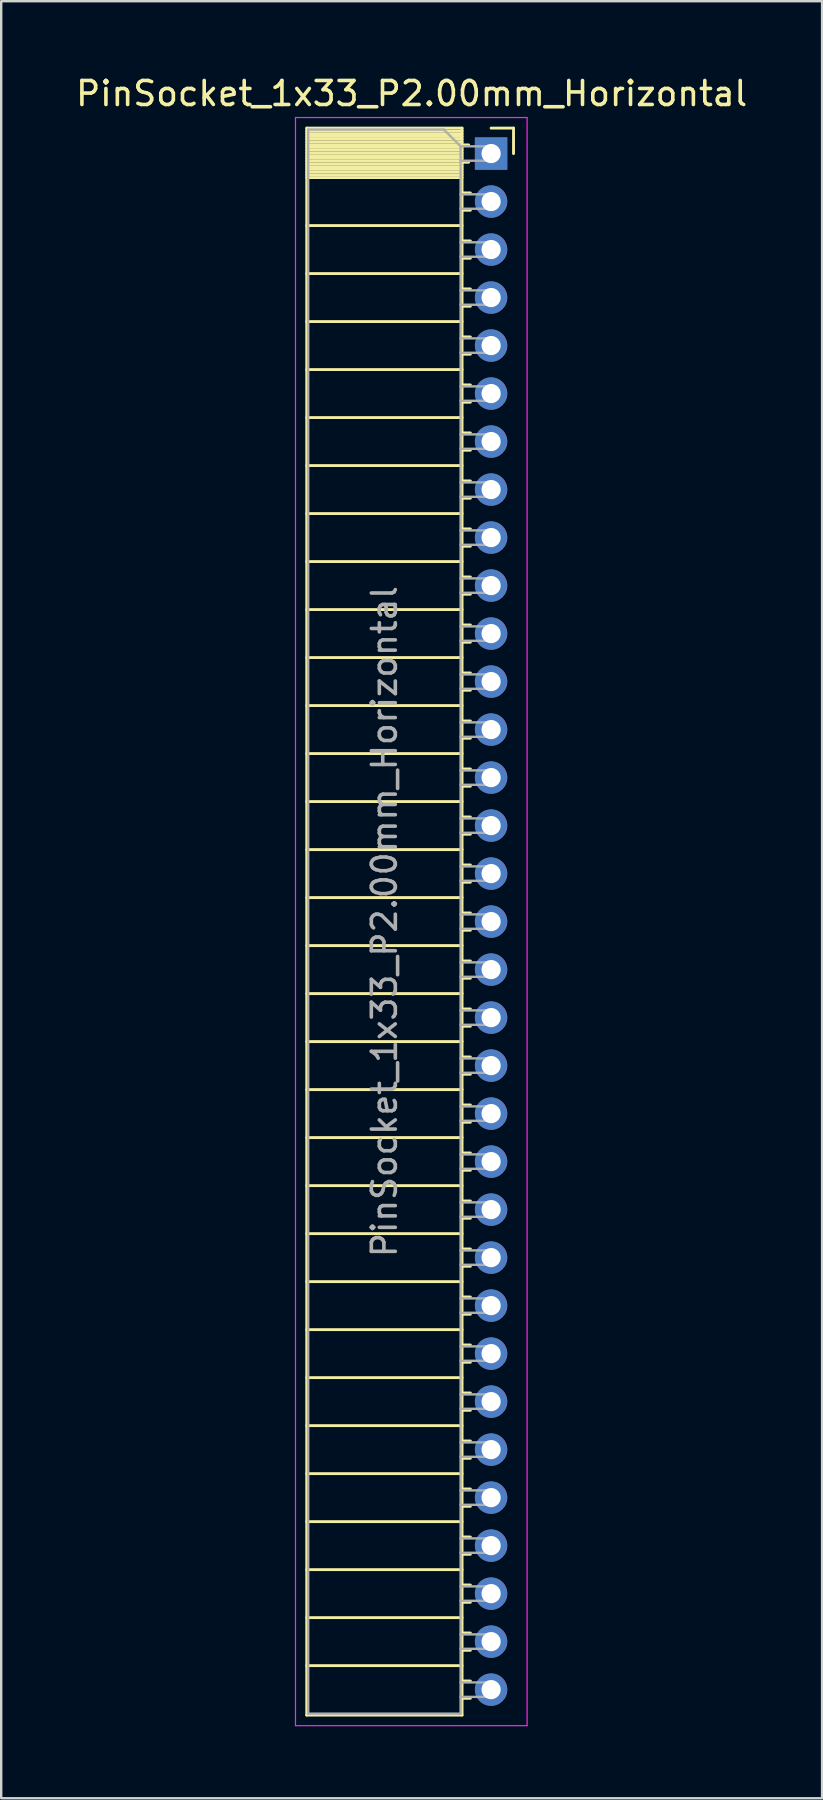
<source format=kicad_pcb>
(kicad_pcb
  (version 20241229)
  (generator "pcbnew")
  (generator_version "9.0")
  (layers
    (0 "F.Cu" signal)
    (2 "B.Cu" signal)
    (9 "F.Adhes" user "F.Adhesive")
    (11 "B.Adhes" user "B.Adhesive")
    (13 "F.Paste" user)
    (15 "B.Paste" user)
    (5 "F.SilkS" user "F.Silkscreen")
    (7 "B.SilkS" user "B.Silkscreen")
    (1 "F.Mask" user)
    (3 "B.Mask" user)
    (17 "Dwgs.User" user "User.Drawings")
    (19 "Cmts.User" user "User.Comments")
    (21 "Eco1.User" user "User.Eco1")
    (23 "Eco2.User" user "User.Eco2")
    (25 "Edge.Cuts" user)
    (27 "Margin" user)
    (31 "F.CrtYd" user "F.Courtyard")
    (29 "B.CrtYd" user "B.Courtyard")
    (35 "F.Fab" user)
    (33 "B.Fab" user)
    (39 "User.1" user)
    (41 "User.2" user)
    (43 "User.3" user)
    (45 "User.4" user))
  (footprint "PinSocket_1x33_P2.00mm_Horizontal"
    (layer "F.Cu")
    (at 17.411 3.348)
    (property "Reference" "PinSocket_1x33_P2.00mm_Horizontal" (at -3.31 -2.5 0) (layer "F.SilkS") (effects (font (size 1 1) (thickness 0.15))))
    (attr through_hole)
    (fp_line (start -7.68 -1.06) (end -7.68 65.06) (stroke (width 0.12) (type solid)) (layer "F.SilkS"))
    (fp_line (start -7.68 -1.06) (end -1.21 -1.06) (stroke (width 0.12) (type solid)) (layer "F.SilkS"))
    (fp_line (start -7.68 -0.94) (end -1.21 -0.94) (stroke (width 0.12) (type solid)) (layer "F.SilkS"))
    (fp_line (start -7.68 -0.826) (end -1.21 -0.826) (stroke (width 0.12) (type solid)) (layer "F.SilkS"))
    (fp_line (start -7.68 -0.712) (end -1.21 -0.712) (stroke (width 0.12) (type solid)) (layer "F.SilkS"))
    (fp_line (start -7.68 -0.598) (end -1.21 -0.598) (stroke (width 0.12) (type solid)) (layer "F.SilkS"))
    (fp_line (start -7.68 -0.484) (end -1.21 -0.484) (stroke (width 0.12) (type solid)) (layer "F.SilkS"))
    (fp_line (start -7.68 -0.369) (end -1.21 -0.369) (stroke (width 0.12) (type solid)) (layer "F.SilkS"))
    (fp_line (start -7.68 -0.255) (end -1.21 -0.255) (stroke (width 0.12) (type solid)) (layer "F.SilkS"))
    (fp_line (start -7.68 -0.141) (end -1.21 -0.141) (stroke (width 0.12) (type solid)) (layer "F.SilkS"))
    (fp_line (start -7.68 -0.027) (end -1.21 -0.027) (stroke (width 0.12) (type solid)) (layer "F.SilkS"))
    (fp_line (start -7.68 0.087) (end -1.21 0.087) (stroke (width 0.12) (type solid)) (layer "F.SilkS"))
    (fp_line (start -7.68 0.201) (end -1.21 0.201) (stroke (width 0.12) (type solid)) (layer "F.SilkS"))
    (fp_line (start -7.68 0.315) (end -1.21 0.315) (stroke (width 0.12) (type solid)) (layer "F.SilkS"))
    (fp_line (start -7.68 0.429) (end -1.21 0.429) (stroke (width 0.12) (type solid)) (layer "F.SilkS"))
    (fp_line (start -7.68 0.544) (end -1.21 0.544) (stroke (width 0.12) (type solid)) (layer "F.SilkS"))
    (fp_line (start -7.68 0.658) (end -1.21 0.658) (stroke (width 0.12) (type solid)) (layer "F.SilkS"))
    (fp_line (start -7.68 0.772) (end -1.21 0.772) (stroke (width 0.12) (type solid)) (layer "F.SilkS"))
    (fp_line (start -7.68 0.886) (end -1.21 0.886) (stroke (width 0.12) (type solid)) (layer "F.SilkS"))
    (fp_line (start -7.68 1) (end -1.21 1) (stroke (width 0.12) (type solid)) (layer "F.SilkS"))
    (fp_line (start -7.68 3) (end -1.21 3) (stroke (width 0.12) (type solid)) (layer "F.SilkS"))
    (fp_line (start -7.68 5) (end -1.21 5) (stroke (width 0.12) (type solid)) (layer "F.SilkS"))
    (fp_line (start -7.68 7) (end -1.21 7) (stroke (width 0.12) (type solid)) (layer "F.SilkS"))
    (fp_line (start -7.68 9) (end -1.21 9) (stroke (width 0.12) (type solid)) (layer "F.SilkS"))
    (fp_line (start -7.68 11) (end -1.21 11) (stroke (width 0.12) (type solid)) (layer "F.SilkS"))
    (fp_line (start -7.68 13) (end -1.21 13) (stroke (width 0.12) (type solid)) (layer "F.SilkS"))
    (fp_line (start -7.68 15) (end -1.21 15) (stroke (width 0.12) (type solid)) (layer "F.SilkS"))
    (fp_line (start -7.68 17) (end -1.21 17) (stroke (width 0.12) (type solid)) (layer "F.SilkS"))
    (fp_line (start -7.68 19) (end -1.21 19) (stroke (width 0.12) (type solid)) (layer "F.SilkS"))
    (fp_line (start -7.68 21) (end -1.21 21) (stroke (width 0.12) (type solid)) (layer "F.SilkS"))
    (fp_line (start -7.68 23) (end -1.21 23) (stroke (width 0.12) (type solid)) (layer "F.SilkS"))
    (fp_line (start -7.68 25) (end -1.21 25) (stroke (width 0.12) (type solid)) (layer "F.SilkS"))
    (fp_line (start -7.68 27) (end -1.21 27) (stroke (width 0.12) (type solid)) (layer "F.SilkS"))
    (fp_line (start -7.68 29) (end -1.21 29) (stroke (width 0.12) (type solid)) (layer "F.SilkS"))
    (fp_line (start -7.68 31) (end -1.21 31) (stroke (width 0.12) (type solid)) (layer "F.SilkS"))
    (fp_line (start -7.68 33) (end -1.21 33) (stroke (width 0.12) (type solid)) (layer "F.SilkS"))
    (fp_line (start -7.68 35) (end -1.21 35) (stroke (width 0.12) (type solid)) (layer "F.SilkS"))
    (fp_line (start -7.68 37) (end -1.21 37) (stroke (width 0.12) (type solid)) (layer "F.SilkS"))
    (fp_line (start -7.68 39) (end -1.21 39) (stroke (width 0.12) (type solid)) (layer "F.SilkS"))
    (fp_line (start -7.68 41) (end -1.21 41) (stroke (width 0.12) (type solid)) (layer "F.SilkS"))
    (fp_line (start -7.68 43) (end -1.21 43) (stroke (width 0.12) (type solid)) (layer "F.SilkS"))
    (fp_line (start -7.68 45) (end -1.21 45) (stroke (width 0.12) (type solid)) (layer "F.SilkS"))
    (fp_line (start -7.68 47) (end -1.21 47) (stroke (width 0.12) (type solid)) (layer "F.SilkS"))
    (fp_line (start -7.68 49) (end -1.21 49) (stroke (width 0.12) (type solid)) (layer "F.SilkS"))
    (fp_line (start -7.68 51) (end -1.21 51) (stroke (width 0.12) (type solid)) (layer "F.SilkS"))
    (fp_line (start -7.68 53) (end -1.21 53) (stroke (width 0.12) (type solid)) (layer "F.SilkS"))
    (fp_line (start -7.68 55) (end -1.21 55) (stroke (width 0.12) (type solid)) (layer "F.SilkS"))
    (fp_line (start -7.68 57) (end -1.21 57) (stroke (width 0.12) (type solid)) (layer "F.SilkS"))
    (fp_line (start -7.68 59) (end -1.21 59) (stroke (width 0.12) (type solid)) (layer "F.SilkS"))
    (fp_line (start -7.68 61) (end -1.21 61) (stroke (width 0.12) (type solid)) (layer "F.SilkS"))
    (fp_line (start -7.68 63) (end -1.21 63) (stroke (width 0.12) (type solid)) (layer "F.SilkS"))
    (fp_line (start -7.68 65.06) (end -1.21 65.06) (stroke (width 0.12) (type solid)) (layer "F.SilkS"))
    (fp_line (start -1.21 -1.06) (end -1.21 65.06) (stroke (width 0.12) (type solid)) (layer "F.SilkS"))
    (fp_line (start -1.21 -0.36) (end -0.935 -0.36) (stroke (width 0.12) (type solid)) (layer "F.SilkS"))
    (fp_line (start -1.21 0.36) (end -0.935 0.36) (stroke (width 0.12) (type solid)) (layer "F.SilkS"))
    (fp_line (start -1.21 1.64) (end -0.863 1.64) (stroke (width 0.12) (type solid)) (layer "F.SilkS"))
    (fp_line (start -1.21 2.36) (end -0.863 2.36) (stroke (width 0.12) (type solid)) (layer "F.SilkS"))
    (fp_line (start -1.21 3.64) (end -0.863 3.64) (stroke (width 0.12) (type solid)) (layer "F.SilkS"))
    (fp_line (start -1.21 4.36) (end -0.863 4.36) (stroke (width 0.12) (type solid)) (layer "F.SilkS"))
    (fp_line (start -1.21 5.64) (end -0.863 5.64) (stroke (width 0.12) (type solid)) (layer "F.SilkS"))
    (fp_line (start -1.21 6.36) (end -0.863 6.36) (stroke (width 0.12) (type solid)) (layer "F.SilkS"))
    (fp_line (start -1.21 7.64) (end -0.863 7.64) (stroke (width 0.12) (type solid)) (layer "F.SilkS"))
    (fp_line (start -1.21 8.36) (end -0.863 8.36) (stroke (width 0.12) (type solid)) (layer "F.SilkS"))
    (fp_line (start -1.21 9.64) (end -0.863 9.64) (stroke (width 0.12) (type solid)) (layer "F.SilkS"))
    (fp_line (start -1.21 10.36) (end -0.863 10.36) (stroke (width 0.12) (type solid)) (layer "F.SilkS"))
    (fp_line (start -1.21 11.64) (end -0.863 11.64) (stroke (width 0.12) (type solid)) (layer "F.SilkS"))
    (fp_line (start -1.21 12.36) (end -0.863 12.36) (stroke (width 0.12) (type solid)) (layer "F.SilkS"))
    (fp_line (start -1.21 13.64) (end -0.863 13.64) (stroke (width 0.12) (type solid)) (layer "F.SilkS"))
    (fp_line (start -1.21 14.36) (end -0.863 14.36) (stroke (width 0.12) (type solid)) (layer "F.SilkS"))
    (fp_line (start -1.21 15.64) (end -0.863 15.64) (stroke (width 0.12) (type solid)) (layer "F.SilkS"))
    (fp_line (start -1.21 16.36) (end -0.863 16.36) (stroke (width 0.12) (type solid)) (layer "F.SilkS"))
    (fp_line (start -1.21 17.64) (end -0.863 17.64) (stroke (width 0.12) (type solid)) (layer "F.SilkS"))
    (fp_line (start -1.21 18.36) (end -0.863 18.36) (stroke (width 0.12) (type solid)) (layer "F.SilkS"))
    (fp_line (start -1.21 19.64) (end -0.863 19.64) (stroke (width 0.12) (type solid)) (layer "F.SilkS"))
    (fp_line (start -1.21 20.36) (end -0.863 20.36) (stroke (width 0.12) (type solid)) (layer "F.SilkS"))
    (fp_line (start -1.21 21.64) (end -0.863 21.64) (stroke (width 0.12) (type solid)) (layer "F.SilkS"))
    (fp_line (start -1.21 22.36) (end -0.863 22.36) (stroke (width 0.12) (type solid)) (layer "F.SilkS"))
    (fp_line (start -1.21 23.64) (end -0.863 23.64) (stroke (width 0.12) (type solid)) (layer "F.SilkS"))
    (fp_line (start -1.21 24.36) (end -0.863 24.36) (stroke (width 0.12) (type solid)) (layer "F.SilkS"))
    (fp_line (start -1.21 25.64) (end -0.863 25.64) (stroke (width 0.12) (type solid)) (layer "F.SilkS"))
    (fp_line (start -1.21 26.36) (end -0.863 26.36) (stroke (width 0.12) (type solid)) (layer "F.SilkS"))
    (fp_line (start -1.21 27.64) (end -0.863 27.64) (stroke (width 0.12) (type solid)) (layer "F.SilkS"))
    (fp_line (start -1.21 28.36) (end -0.863 28.36) (stroke (width 0.12) (type solid)) (layer "F.SilkS"))
    (fp_line (start -1.21 29.64) (end -0.863 29.64) (stroke (width 0.12) (type solid)) (layer "F.SilkS"))
    (fp_line (start -1.21 30.36) (end -0.863 30.36) (stroke (width 0.12) (type solid)) (layer "F.SilkS"))
    (fp_line (start -1.21 31.64) (end -0.863 31.64) (stroke (width 0.12) (type solid)) (layer "F.SilkS"))
    (fp_line (start -1.21 32.36) (end -0.863 32.36) (stroke (width 0.12) (type solid)) (layer "F.SilkS"))
    (fp_line (start -1.21 33.64) (end -0.863 33.64) (stroke (width 0.12) (type solid)) (layer "F.SilkS"))
    (fp_line (start -1.21 34.36) (end -0.863 34.36) (stroke (width 0.12) (type solid)) (layer "F.SilkS"))
    (fp_line (start -1.21 35.64) (end -0.863 35.64) (stroke (width 0.12) (type solid)) (layer "F.SilkS"))
    (fp_line (start -1.21 36.36) (end -0.863 36.36) (stroke (width 0.12) (type solid)) (layer "F.SilkS"))
    (fp_line (start -1.21 37.64) (end -0.863 37.64) (stroke (width 0.12) (type solid)) (layer "F.SilkS"))
    (fp_line (start -1.21 38.36) (end -0.863 38.36) (stroke (width 0.12) (type solid)) (layer "F.SilkS"))
    (fp_line (start -1.21 39.64) (end -0.863 39.64) (stroke (width 0.12) (type solid)) (layer "F.SilkS"))
    (fp_line (start -1.21 40.36) (end -0.863 40.36) (stroke (width 0.12) (type solid)) (layer "F.SilkS"))
    (fp_line (start -1.21 41.64) (end -0.863 41.64) (stroke (width 0.12) (type solid)) (layer "F.SilkS"))
    (fp_line (start -1.21 42.36) (end -0.863 42.36) (stroke (width 0.12) (type solid)) (layer "F.SilkS"))
    (fp_line (start -1.21 43.64) (end -0.863 43.64) (stroke (width 0.12) (type solid)) (layer "F.SilkS"))
    (fp_line (start -1.21 44.36) (end -0.863 44.36) (stroke (width 0.12) (type solid)) (layer "F.SilkS"))
    (fp_line (start -1.21 45.64) (end -0.863 45.64) (stroke (width 0.12) (type solid)) (layer "F.SilkS"))
    (fp_line (start -1.21 46.36) (end -0.863 46.36) (stroke (width 0.12) (type solid)) (layer "F.SilkS"))
    (fp_line (start -1.21 47.64) (end -0.863 47.64) (stroke (width 0.12) (type solid)) (layer "F.SilkS"))
    (fp_line (start -1.21 48.36) (end -0.863 48.36) (stroke (width 0.12) (type solid)) (layer "F.SilkS"))
    (fp_line (start -1.21 49.64) (end -0.863 49.64) (stroke (width 0.12) (type solid)) (layer "F.SilkS"))
    (fp_line (start -1.21 50.36) (end -0.863 50.36) (stroke (width 0.12) (type solid)) (layer "F.SilkS"))
    (fp_line (start -1.21 51.64) (end -0.863 51.64) (stroke (width 0.12) (type solid)) (layer "F.SilkS"))
    (fp_line (start -1.21 52.36) (end -0.863 52.36) (stroke (width 0.12) (type solid)) (layer "F.SilkS"))
    (fp_line (start -1.21 53.64) (end -0.863 53.64) (stroke (width 0.12) (type solid)) (layer "F.SilkS"))
    (fp_line (start -1.21 54.36) (end -0.863 54.36) (stroke (width 0.12) (type solid)) (layer "F.SilkS"))
    (fp_line (start -1.21 55.64) (end -0.863 55.64) (stroke (width 0.12) (type solid)) (layer "F.SilkS"))
    (fp_line (start -1.21 56.36) (end -0.863 56.36) (stroke (width 0.12) (type solid)) (layer "F.SilkS"))
    (fp_line (start -1.21 57.64) (end -0.863 57.64) (stroke (width 0.12) (type solid)) (layer "F.SilkS"))
    (fp_line (start -1.21 58.36) (end -0.863 58.36) (stroke (width 0.12) (type solid)) (layer "F.SilkS"))
    (fp_line (start -1.21 59.64) (end -0.863 59.64) (stroke (width 0.12) (type solid)) (layer "F.SilkS"))
    (fp_line (start -1.21 60.36) (end -0.863 60.36) (stroke (width 0.12) (type solid)) (layer "F.SilkS"))
    (fp_line (start -1.21 61.64) (end -0.863 61.64) (stroke (width 0.12) (type solid)) (layer "F.SilkS"))
    (fp_line (start -1.21 62.36) (end -0.863 62.36) (stroke (width 0.12) (type solid)) (layer "F.SilkS"))
    (fp_line (start -1.21 63.64) (end -0.863 63.64) (stroke (width 0.12) (type solid)) (layer "F.SilkS"))
    (fp_line (start -1.21 64.36) (end -0.863 64.36) (stroke (width 0.12) (type solid)) (layer "F.SilkS"))
    (fp_line (start 0 -1.06) (end 0.935 -1.06) (stroke (width 0.12) (type solid)) (layer "F.SilkS"))
    (fp_line (start 0.935 -1.06) (end 0.935 0) (stroke (width 0.12) (type solid)) (layer "F.SilkS"))
    (fp_line (start -8.15 -1.5) (end -8.15 65.5) (stroke (width 0.05) (type solid)) (layer "F.CrtYd"))
    (fp_line (start -8.15 65.5) (end 1.5 65.5) (stroke (width 0.05) (type solid)) (layer "F.CrtYd"))
    (fp_line (start 1.5 -1.5) (end -8.15 -1.5) (stroke (width 0.05) (type solid)) (layer "F.CrtYd"))
    (fp_line (start 1.5 65.5) (end 1.5 -1.5) (stroke (width 0.05) (type solid)) (layer "F.CrtYd"))
    (fp_line (start -7.62 -1) (end -1.97 -1) (stroke (width 0.1) (type solid)) (layer "F.Fab"))
    (fp_line (start -7.62 65) (end -7.62 -1) (stroke (width 0.1) (type solid)) (layer "F.Fab"))
    (fp_line (start -1.97 -1) (end -1.27 -0.3) (stroke (width 0.1) (type solid)) (layer "F.Fab"))
    (fp_line (start -1.27 -0.3) (end -1.27 65) (stroke (width 0.1) (type solid)) (layer "F.Fab"))
    (fp_line (start -1.27 0.3) (end 0 0.3) (stroke (width 0.1) (type solid)) (layer "F.Fab"))
    (fp_line (start -1.27 2.3) (end 0 2.3) (stroke (width 0.1) (type solid)) (layer "F.Fab"))
    (fp_line (start -1.27 4.3) (end 0 4.3) (stroke (width 0.1) (type solid)) (layer "F.Fab"))
    (fp_line (start -1.27 6.3) (end 0 6.3) (stroke (width 0.1) (type solid)) (layer "F.Fab"))
    (fp_line (start -1.27 8.3) (end 0 8.3) (stroke (width 0.1) (type solid)) (layer "F.Fab"))
    (fp_line (start -1.27 10.3) (end 0 10.3) (stroke (width 0.1) (type solid)) (layer "F.Fab"))
    (fp_line (start -1.27 12.3) (end 0 12.3) (stroke (width 0.1) (type solid)) (layer "F.Fab"))
    (fp_line (start -1.27 14.3) (end 0 14.3) (stroke (width 0.1) (type solid)) (layer "F.Fab"))
    (fp_line (start -1.27 16.3) (end 0 16.3) (stroke (width 0.1) (type solid)) (layer "F.Fab"))
    (fp_line (start -1.27 18.3) (end 0 18.3) (stroke (width 0.1) (type solid)) (layer "F.Fab"))
    (fp_line (start -1.27 20.3) (end 0 20.3) (stroke (width 0.1) (type solid)) (layer "F.Fab"))
    (fp_line (start -1.27 22.3) (end 0 22.3) (stroke (width 0.1) (type solid)) (layer "F.Fab"))
    (fp_line (start -1.27 24.3) (end 0 24.3) (stroke (width 0.1) (type solid)) (layer "F.Fab"))
    (fp_line (start -1.27 26.3) (end 0 26.3) (stroke (width 0.1) (type solid)) (layer "F.Fab"))
    (fp_line (start -1.27 28.3) (end 0 28.3) (stroke (width 0.1) (type solid)) (layer "F.Fab"))
    (fp_line (start -1.27 30.3) (end 0 30.3) (stroke (width 0.1) (type solid)) (layer "F.Fab"))
    (fp_line (start -1.27 32.3) (end 0 32.3) (stroke (width 0.1) (type solid)) (layer "F.Fab"))
    (fp_line (start -1.27 34.3) (end 0 34.3) (stroke (width 0.1) (type solid)) (layer "F.Fab"))
    (fp_line (start -1.27 36.3) (end 0 36.3) (stroke (width 0.1) (type solid)) (layer "F.Fab"))
    (fp_line (start -1.27 38.3) (end 0 38.3) (stroke (width 0.1) (type solid)) (layer "F.Fab"))
    (fp_line (start -1.27 40.3) (end 0 40.3) (stroke (width 0.1) (type solid)) (layer "F.Fab"))
    (fp_line (start -1.27 42.3) (end 0 42.3) (stroke (width 0.1) (type solid)) (layer "F.Fab"))
    (fp_line (start -1.27 44.3) (end 0 44.3) (stroke (width 0.1) (type solid)) (layer "F.Fab"))
    (fp_line (start -1.27 46.3) (end 0 46.3) (stroke (width 0.1) (type solid)) (layer "F.Fab"))
    (fp_line (start -1.27 48.3) (end 0 48.3) (stroke (width 0.1) (type solid)) (layer "F.Fab"))
    (fp_line (start -1.27 50.3) (end 0 50.3) (stroke (width 0.1) (type solid)) (layer "F.Fab"))
    (fp_line (start -1.27 52.3) (end 0 52.3) (stroke (width 0.1) (type solid)) (layer "F.Fab"))
    (fp_line (start -1.27 54.3) (end 0 54.3) (stroke (width 0.1) (type solid)) (layer "F.Fab"))
    (fp_line (start -1.27 56.3) (end 0 56.3) (stroke (width 0.1) (type solid)) (layer "F.Fab"))
    (fp_line (start -1.27 58.3) (end 0 58.3) (stroke (width 0.1) (type solid)) (layer "F.Fab"))
    (fp_line (start -1.27 60.3) (end 0 60.3) (stroke (width 0.1) (type solid)) (layer "F.Fab"))
    (fp_line (start -1.27 62.3) (end 0 62.3) (stroke (width 0.1) (type solid)) (layer "F.Fab"))
    (fp_line (start -1.27 64.3) (end 0 64.3) (stroke (width 0.1) (type solid)) (layer "F.Fab"))
    (fp_line (start -1.27 65) (end -7.62 65) (stroke (width 0.1) (type solid)) (layer "F.Fab"))
    (fp_line (start 0 -0.3) (end -1.27 -0.3) (stroke (width 0.1) (type solid)) (layer "F.Fab"))
    (fp_line (start 0 0.3) (end 0 -0.3) (stroke (width 0.1) (type solid)) (layer "F.Fab"))
    (fp_line (start 0 1.7) (end -1.27 1.7) (stroke (width 0.1) (type solid)) (layer "F.Fab"))
    (fp_line (start 0 2.3) (end 0 1.7) (stroke (width 0.1) (type solid)) (layer "F.Fab"))
    (fp_line (start 0 3.7) (end -1.27 3.7) (stroke (width 0.1) (type solid)) (layer "F.Fab"))
    (fp_line (start 0 4.3) (end 0 3.7) (stroke (width 0.1) (type solid)) (layer "F.Fab"))
    (fp_line (start 0 5.7) (end -1.27 5.7) (stroke (width 0.1) (type solid)) (layer "F.Fab"))
    (fp_line (start 0 6.3) (end 0 5.7) (stroke (width 0.1) (type solid)) (layer "F.Fab"))
    (fp_line (start 0 7.7) (end -1.27 7.7) (stroke (width 0.1) (type solid)) (layer "F.Fab"))
    (fp_line (start 0 8.3) (end 0 7.7) (stroke (width 0.1) (type solid)) (layer "F.Fab"))
    (fp_line (start 0 9.7) (end -1.27 9.7) (stroke (width 0.1) (type solid)) (layer "F.Fab"))
    (fp_line (start 0 10.3) (end 0 9.7) (stroke (width 0.1) (type solid)) (layer "F.Fab"))
    (fp_line (start 0 11.7) (end -1.27 11.7) (stroke (width 0.1) (type solid)) (layer "F.Fab"))
    (fp_line (start 0 12.3) (end 0 11.7) (stroke (width 0.1) (type solid)) (layer "F.Fab"))
    (fp_line (start 0 13.7) (end -1.27 13.7) (stroke (width 0.1) (type solid)) (layer "F.Fab"))
    (fp_line (start 0 14.3) (end 0 13.7) (stroke (width 0.1) (type solid)) (layer "F.Fab"))
    (fp_line (start 0 15.7) (end -1.27 15.7) (stroke (width 0.1) (type solid)) (layer "F.Fab"))
    (fp_line (start 0 16.3) (end 0 15.7) (stroke (width 0.1) (type solid)) (layer "F.Fab"))
    (fp_line (start 0 17.7) (end -1.27 17.7) (stroke (width 0.1) (type solid)) (layer "F.Fab"))
    (fp_line (start 0 18.3) (end 0 17.7) (stroke (width 0.1) (type solid)) (layer "F.Fab"))
    (fp_line (start 0 19.7) (end -1.27 19.7) (stroke (width 0.1) (type solid)) (layer "F.Fab"))
    (fp_line (start 0 20.3) (end 0 19.7) (stroke (width 0.1) (type solid)) (layer "F.Fab"))
    (fp_line (start 0 21.7) (end -1.27 21.7) (stroke (width 0.1) (type solid)) (layer "F.Fab"))
    (fp_line (start 0 22.3) (end 0 21.7) (stroke (width 0.1) (type solid)) (layer "F.Fab"))
    (fp_line (start 0 23.7) (end -1.27 23.7) (stroke (width 0.1) (type solid)) (layer "F.Fab"))
    (fp_line (start 0 24.3) (end 0 23.7) (stroke (width 0.1) (type solid)) (layer "F.Fab"))
    (fp_line (start 0 25.7) (end -1.27 25.7) (stroke (width 0.1) (type solid)) (layer "F.Fab"))
    (fp_line (start 0 26.3) (end 0 25.7) (stroke (width 0.1) (type solid)) (layer "F.Fab"))
    (fp_line (start 0 27.7) (end -1.27 27.7) (stroke (width 0.1) (type solid)) (layer "F.Fab"))
    (fp_line (start 0 28.3) (end 0 27.7) (stroke (width 0.1) (type solid)) (layer "F.Fab"))
    (fp_line (start 0 29.7) (end -1.27 29.7) (stroke (width 0.1) (type solid)) (layer "F.Fab"))
    (fp_line (start 0 30.3) (end 0 29.7) (stroke (width 0.1) (type solid)) (layer "F.Fab"))
    (fp_line (start 0 31.7) (end -1.27 31.7) (stroke (width 0.1) (type solid)) (layer "F.Fab"))
    (fp_line (start 0 32.3) (end 0 31.7) (stroke (width 0.1) (type solid)) (layer "F.Fab"))
    (fp_line (start 0 33.7) (end -1.27 33.7) (stroke (width 0.1) (type solid)) (layer "F.Fab"))
    (fp_line (start 0 34.3) (end 0 33.7) (stroke (width 0.1) (type solid)) (layer "F.Fab"))
    (fp_line (start 0 35.7) (end -1.27 35.7) (stroke (width 0.1) (type solid)) (layer "F.Fab"))
    (fp_line (start 0 36.3) (end 0 35.7) (stroke (width 0.1) (type solid)) (layer "F.Fab"))
    (fp_line (start 0 37.7) (end -1.27 37.7) (stroke (width 0.1) (type solid)) (layer "F.Fab"))
    (fp_line (start 0 38.3) (end 0 37.7) (stroke (width 0.1) (type solid)) (layer "F.Fab"))
    (fp_line (start 0 39.7) (end -1.27 39.7) (stroke (width 0.1) (type solid)) (layer "F.Fab"))
    (fp_line (start 0 40.3) (end 0 39.7) (stroke (width 0.1) (type solid)) (layer "F.Fab"))
    (fp_line (start 0 41.7) (end -1.27 41.7) (stroke (width 0.1) (type solid)) (layer "F.Fab"))
    (fp_line (start 0 42.3) (end 0 41.7) (stroke (width 0.1) (type solid)) (layer "F.Fab"))
    (fp_line (start 0 43.7) (end -1.27 43.7) (stroke (width 0.1) (type solid)) (layer "F.Fab"))
    (fp_line (start 0 44.3) (end 0 43.7) (stroke (width 0.1) (type solid)) (layer "F.Fab"))
    (fp_line (start 0 45.7) (end -1.27 45.7) (stroke (width 0.1) (type solid)) (layer "F.Fab"))
    (fp_line (start 0 46.3) (end 0 45.7) (stroke (width 0.1) (type solid)) (layer "F.Fab"))
    (fp_line (start 0 47.7) (end -1.27 47.7) (stroke (width 0.1) (type solid)) (layer "F.Fab"))
    (fp_line (start 0 48.3) (end 0 47.7) (stroke (width 0.1) (type solid)) (layer "F.Fab"))
    (fp_line (start 0 49.7) (end -1.27 49.7) (stroke (width 0.1) (type solid)) (layer "F.Fab"))
    (fp_line (start 0 50.3) (end 0 49.7) (stroke (width 0.1) (type solid)) (layer "F.Fab"))
    (fp_line (start 0 51.7) (end -1.27 51.7) (stroke (width 0.1) (type solid)) (layer "F.Fab"))
    (fp_line (start 0 52.3) (end 0 51.7) (stroke (width 0.1) (type solid)) (layer "F.Fab"))
    (fp_line (start 0 53.7) (end -1.27 53.7) (stroke (width 0.1) (type solid)) (layer "F.Fab"))
    (fp_line (start 0 54.3) (end 0 53.7) (stroke (width 0.1) (type solid)) (layer "F.Fab"))
    (fp_line (start 0 55.7) (end -1.27 55.7) (stroke (width 0.1) (type solid)) (layer "F.Fab"))
    (fp_line (start 0 56.3) (end 0 55.7) (stroke (width 0.1) (type solid)) (layer "F.Fab"))
    (fp_line (start 0 57.7) (end -1.27 57.7) (stroke (width 0.1) (type solid)) (layer "F.Fab"))
    (fp_line (start 0 58.3) (end 0 57.7) (stroke (width 0.1) (type solid)) (layer "F.Fab"))
    (fp_line (start 0 59.7) (end -1.27 59.7) (stroke (width 0.1) (type solid)) (layer "F.Fab"))
    (fp_line (start 0 60.3) (end 0 59.7) (stroke (width 0.1) (type solid)) (layer "F.Fab"))
    (fp_line (start 0 61.7) (end -1.27 61.7) (stroke (width 0.1) (type solid)) (layer "F.Fab"))
    (fp_line (start 0 62.3) (end 0 61.7) (stroke (width 0.1) (type solid)) (layer "F.Fab"))
    (fp_line (start 0 63.7) (end -1.27 63.7) (stroke (width 0.1) (type solid)) (layer "F.Fab"))
    (fp_line (start 0 64.3) (end 0 63.7) (stroke (width 0.1) (type solid)) (layer "F.Fab"))
    (fp_text user "${REFERENCE}" (at -4.445 32 90) (layer "F.Fab") (effects (font (size 1 1) (thickness 0.15))))
    (pad "1" thru_hole rect (at 0 0) (size 1.35 1.35) (drill 0.8) (layers "*.Cu" "*.Mask"))
    (pad "2" thru_hole circle (at 0 2) (size 1.35 1.35) (drill 0.8) (layers "*.Cu" "*.Mask"))
    (pad "3" thru_hole circle (at 0 4) (size 1.35 1.35) (drill 0.8) (layers "*.Cu" "*.Mask"))
    (pad "4" thru_hole circle (at 0 6) (size 1.35 1.35) (drill 0.8) (layers "*.Cu" "*.Mask"))
    (pad "5" thru_hole circle (at 0 8) (size 1.35 1.35) (drill 0.8) (layers "*.Cu" "*.Mask"))
    (pad "6" thru_hole circle (at 0 10) (size 1.35 1.35) (drill 0.8) (layers "*.Cu" "*.Mask"))
    (pad "7" thru_hole circle (at 0 12) (size 1.35 1.35) (drill 0.8) (layers "*.Cu" "*.Mask"))
    (pad "8" thru_hole circle (at 0 14) (size 1.35 1.35) (drill 0.8) (layers "*.Cu" "*.Mask"))
    (pad "9" thru_hole circle (at 0 16) (size 1.35 1.35) (drill 0.8) (layers "*.Cu" "*.Mask"))
    (pad "10" thru_hole circle (at 0 18) (size 1.35 1.35) (drill 0.8) (layers "*.Cu" "*.Mask"))
    (pad "11" thru_hole circle (at 0 20) (size 1.35 1.35) (drill 0.8) (layers "*.Cu" "*.Mask"))
    (pad "12" thru_hole circle (at 0 22) (size 1.35 1.35) (drill 0.8) (layers "*.Cu" "*.Mask"))
    (pad "13" thru_hole circle (at 0 24) (size 1.35 1.35) (drill 0.8) (layers "*.Cu" "*.Mask"))
    (pad "14" thru_hole circle (at 0 26) (size 1.35 1.35) (drill 0.8) (layers "*.Cu" "*.Mask"))
    (pad "15" thru_hole circle (at 0 28) (size 1.35 1.35) (drill 0.8) (layers "*.Cu" "*.Mask"))
    (pad "16" thru_hole circle (at 0 30) (size 1.35 1.35) (drill 0.8) (layers "*.Cu" "*.Mask"))
    (pad "17" thru_hole circle (at 0 32) (size 1.35 1.35) (drill 0.8) (layers "*.Cu" "*.Mask"))
    (pad "18" thru_hole circle (at 0 34) (size 1.35 1.35) (drill 0.8) (layers "*.Cu" "*.Mask"))
    (pad "19" thru_hole circle (at 0 36) (size 1.35 1.35) (drill 0.8) (layers "*.Cu" "*.Mask"))
    (pad "20" thru_hole circle (at 0 38) (size 1.35 1.35) (drill 0.8) (layers "*.Cu" "*.Mask"))
    (pad "21" thru_hole circle (at 0 40) (size 1.35 1.35) (drill 0.8) (layers "*.Cu" "*.Mask"))
    (pad "22" thru_hole circle (at 0 42) (size 1.35 1.35) (drill 0.8) (layers "*.Cu" "*.Mask"))
    (pad "23" thru_hole circle (at 0 44) (size 1.35 1.35) (drill 0.8) (layers "*.Cu" "*.Mask"))
    (pad "24" thru_hole circle (at 0 46) (size 1.35 1.35) (drill 0.8) (layers "*.Cu" "*.Mask"))
    (pad "25" thru_hole circle (at 0 48) (size 1.35 1.35) (drill 0.8) (layers "*.Cu" "*.Mask"))
    (pad "26" thru_hole circle (at 0 50) (size 1.35 1.35) (drill 0.8) (layers "*.Cu" "*.Mask"))
    (pad "27" thru_hole circle (at 0 52) (size 1.35 1.35) (drill 0.8) (layers "*.Cu" "*.Mask"))
    (pad "28" thru_hole circle (at 0 54) (size 1.35 1.35) (drill 0.8) (layers "*.Cu" "*.Mask"))
    (pad "29" thru_hole circle (at 0 56) (size 1.35 1.35) (drill 0.8) (layers "*.Cu" "*.Mask"))
    (pad "30" thru_hole circle (at 0 58) (size 1.35 1.35) (drill 0.8) (layers "*.Cu" "*.Mask"))
    (pad "31" thru_hole circle (at 0 60) (size 1.35 1.35) (drill 0.8) (layers "*.Cu" "*.Mask"))
    (pad "32" thru_hole circle (at 0 62) (size 1.35 1.35) (drill 0.8) (layers "*.Cu" "*.Mask"))
    (pad "33" thru_hole circle (at 0 64) (size 1.35 1.35) (drill 0.8) (layers "*.Cu" "*.Mask")))
  (gr_rect
    (start -3 -3)
    (end 31.202 71.873)
    (stroke (width 0.1) (type default))
    (fill no)
    (layer "Edge.Cuts")))
</source>
